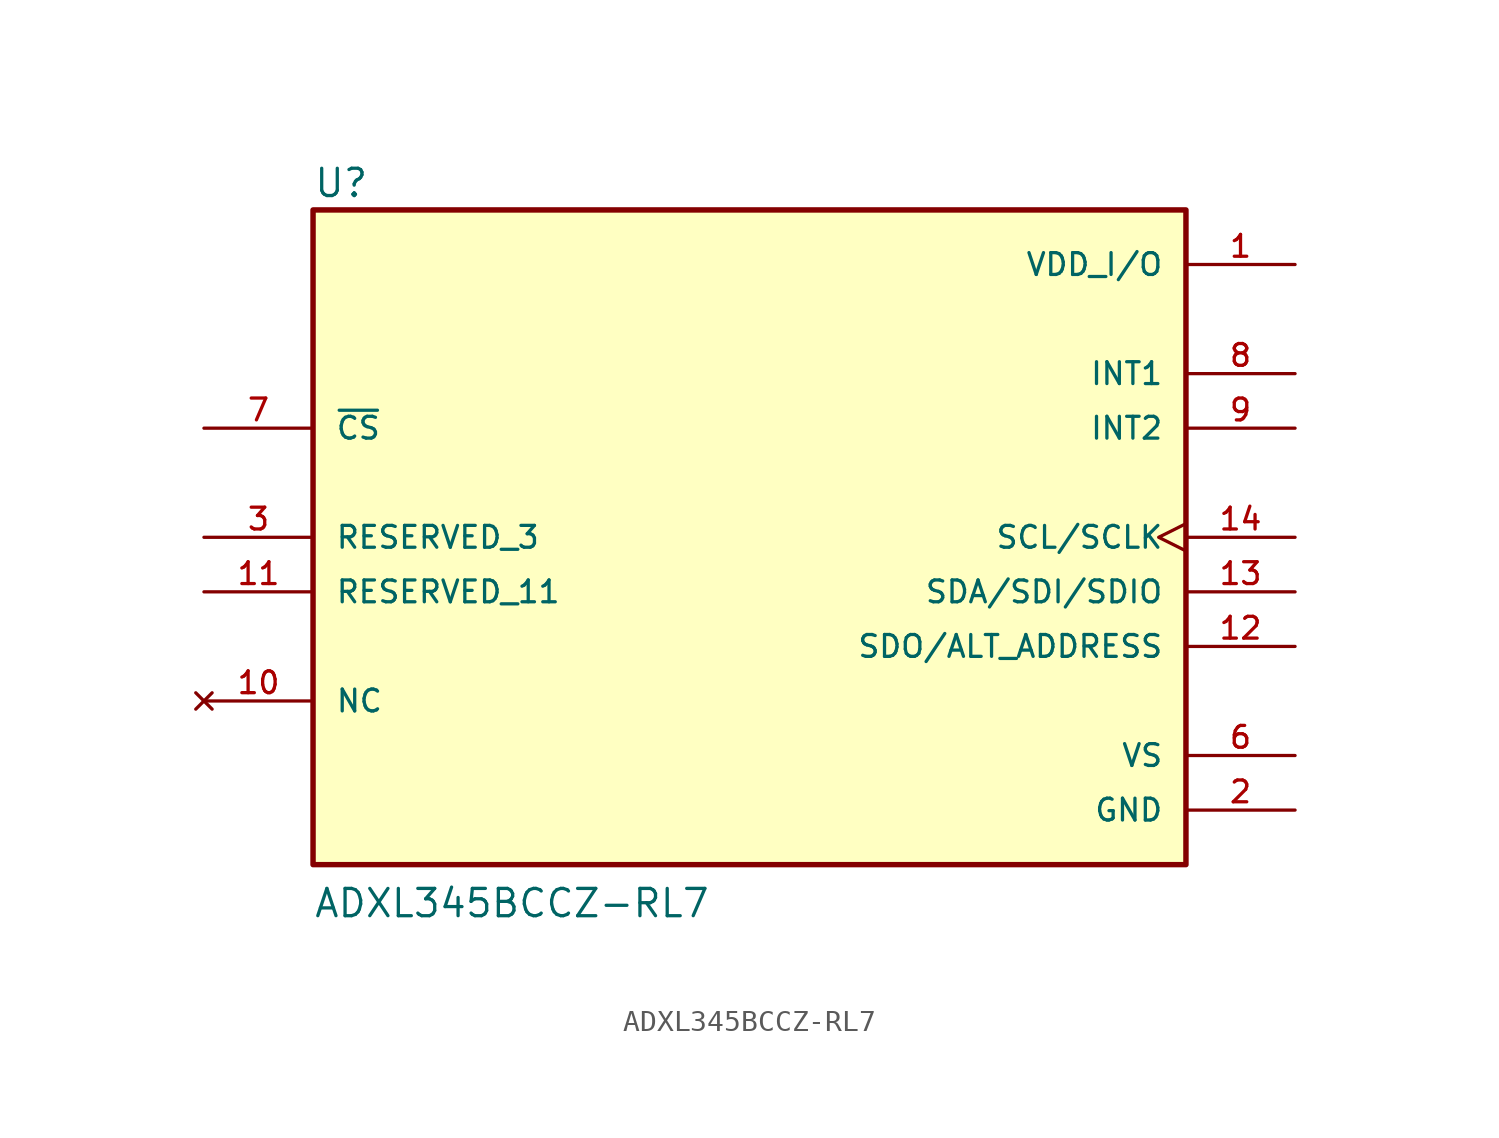
<source format=kicad_sym>
(kicad_symbol_lib
  (version 20211014)
  (generator kicad_symbol_editor)
  (symbol "ADXL345BCCZ-RL7"
    (pin_names
      (offset 1.016))
    (property "Reference" "U"
      (at -20.32 15.748 0.0)
      (effects (font (size 1.27 1.27)) (justify bottom left)))
    (property "Value" "ADXL345BCCZ-RL7"
      (at -20.32 -17.78 0.0)
      (effects (font (size 1.27 1.27)) (justify bottom left)))
    (symbol "ADXL345BCCZ-RL7_0_0"
      (rectangle (start -20.32 -15.24) (end 20.32 15.24) (stroke (width 0.254)) (fill (type background)))
      (pin power_in line (at 25.4 12.7 180.0) (length 5.08) (name "VDD_I/O" (effects (font (size 1.016 1.016)))) (number "1" (effects (font (size 1.016 1.016)))))
      (pin power_in line (at 25.4 -10.16 180.0) (length 5.08) (name "VS" (effects (font (size 1.016 1.016)))) (number "6" (effects (font (size 1.016 1.016)))))
      (pin output line (at 25.4 7.62 180.0) (length 5.08) (name "INT1" (effects (font (size 1.016 1.016)))) (number "8" (effects (font (size 1.016 1.016)))))
      (pin output line (at 25.4 5.08 180.0) (length 5.08) (name "INT2" (effects (font (size 1.016 1.016)))) (number "9" (effects (font (size 1.016 1.016)))))
      (pin input line (at -25.4 5.08 0) (length 5.08) (name "~{CS}" (effects (font (size 1.016 1.016)))) (number "7" (effects (font (size 1.016 1.016)))))
      (pin bidirectional clock (at 25.4 0.0 180.0) (length 5.08) (name "SCL/SCLK" (effects (font (size 1.016 1.016)))) (number "14" (effects (font (size 1.016 1.016)))))
      (pin power_in line (at 25.4 -12.7 180.0) (length 5.08) (name "GND" (effects (font (size 1.016 1.016)))) (number "2" (effects (font (size 1.016 1.016)))))
      (pin power_in line (at 25.4 -12.7 180.0) (length 5.08) hide (name "GND" (effects (font (size 1.016 1.016)))) (number "4" (effects (font (size 1.016 1.016)))))
      (pin power_in line (at 25.4 -12.7 180.0) (length 5.08) hide (name "GND" (effects (font (size 1.016 1.016)))) (number "5" (effects (font (size 1.016 1.016)))))
      (pin no_connect line (at -25.4 -7.62 0) (length 5.08) (name "NC" (effects (font (size 1.016 1.016)))) (number "10" (effects (font (size 1.016 1.016)))))
      (pin output line (at 25.4 -5.08 180.0) (length 5.08) (name "SDO/ALT_ADDRESS" (effects (font (size 1.016 1.016)))) (number "12" (effects (font (size 1.016 1.016)))))
      (pin bidirectional line (at 25.4 -2.54 180.0) (length 5.08) (name "SDA/SDI/SDIO" (effects (font (size 1.016 1.016)))) (number "13" (effects (font (size 1.016 1.016)))))
      (pin passive line (at -25.4 -2.54 0) (length 5.08) (name "RESERVED_11" (effects (font (size 1.016 1.016)))) (number "11" (effects (font (size 1.016 1.016)))))
      (pin passive line (at -25.4 0.0 0) (length 5.08) (name "RESERVED_3" (effects (font (size 1.016 1.016)))) (number "3" (effects (font (size 1.016 1.016))))))))
</source>
